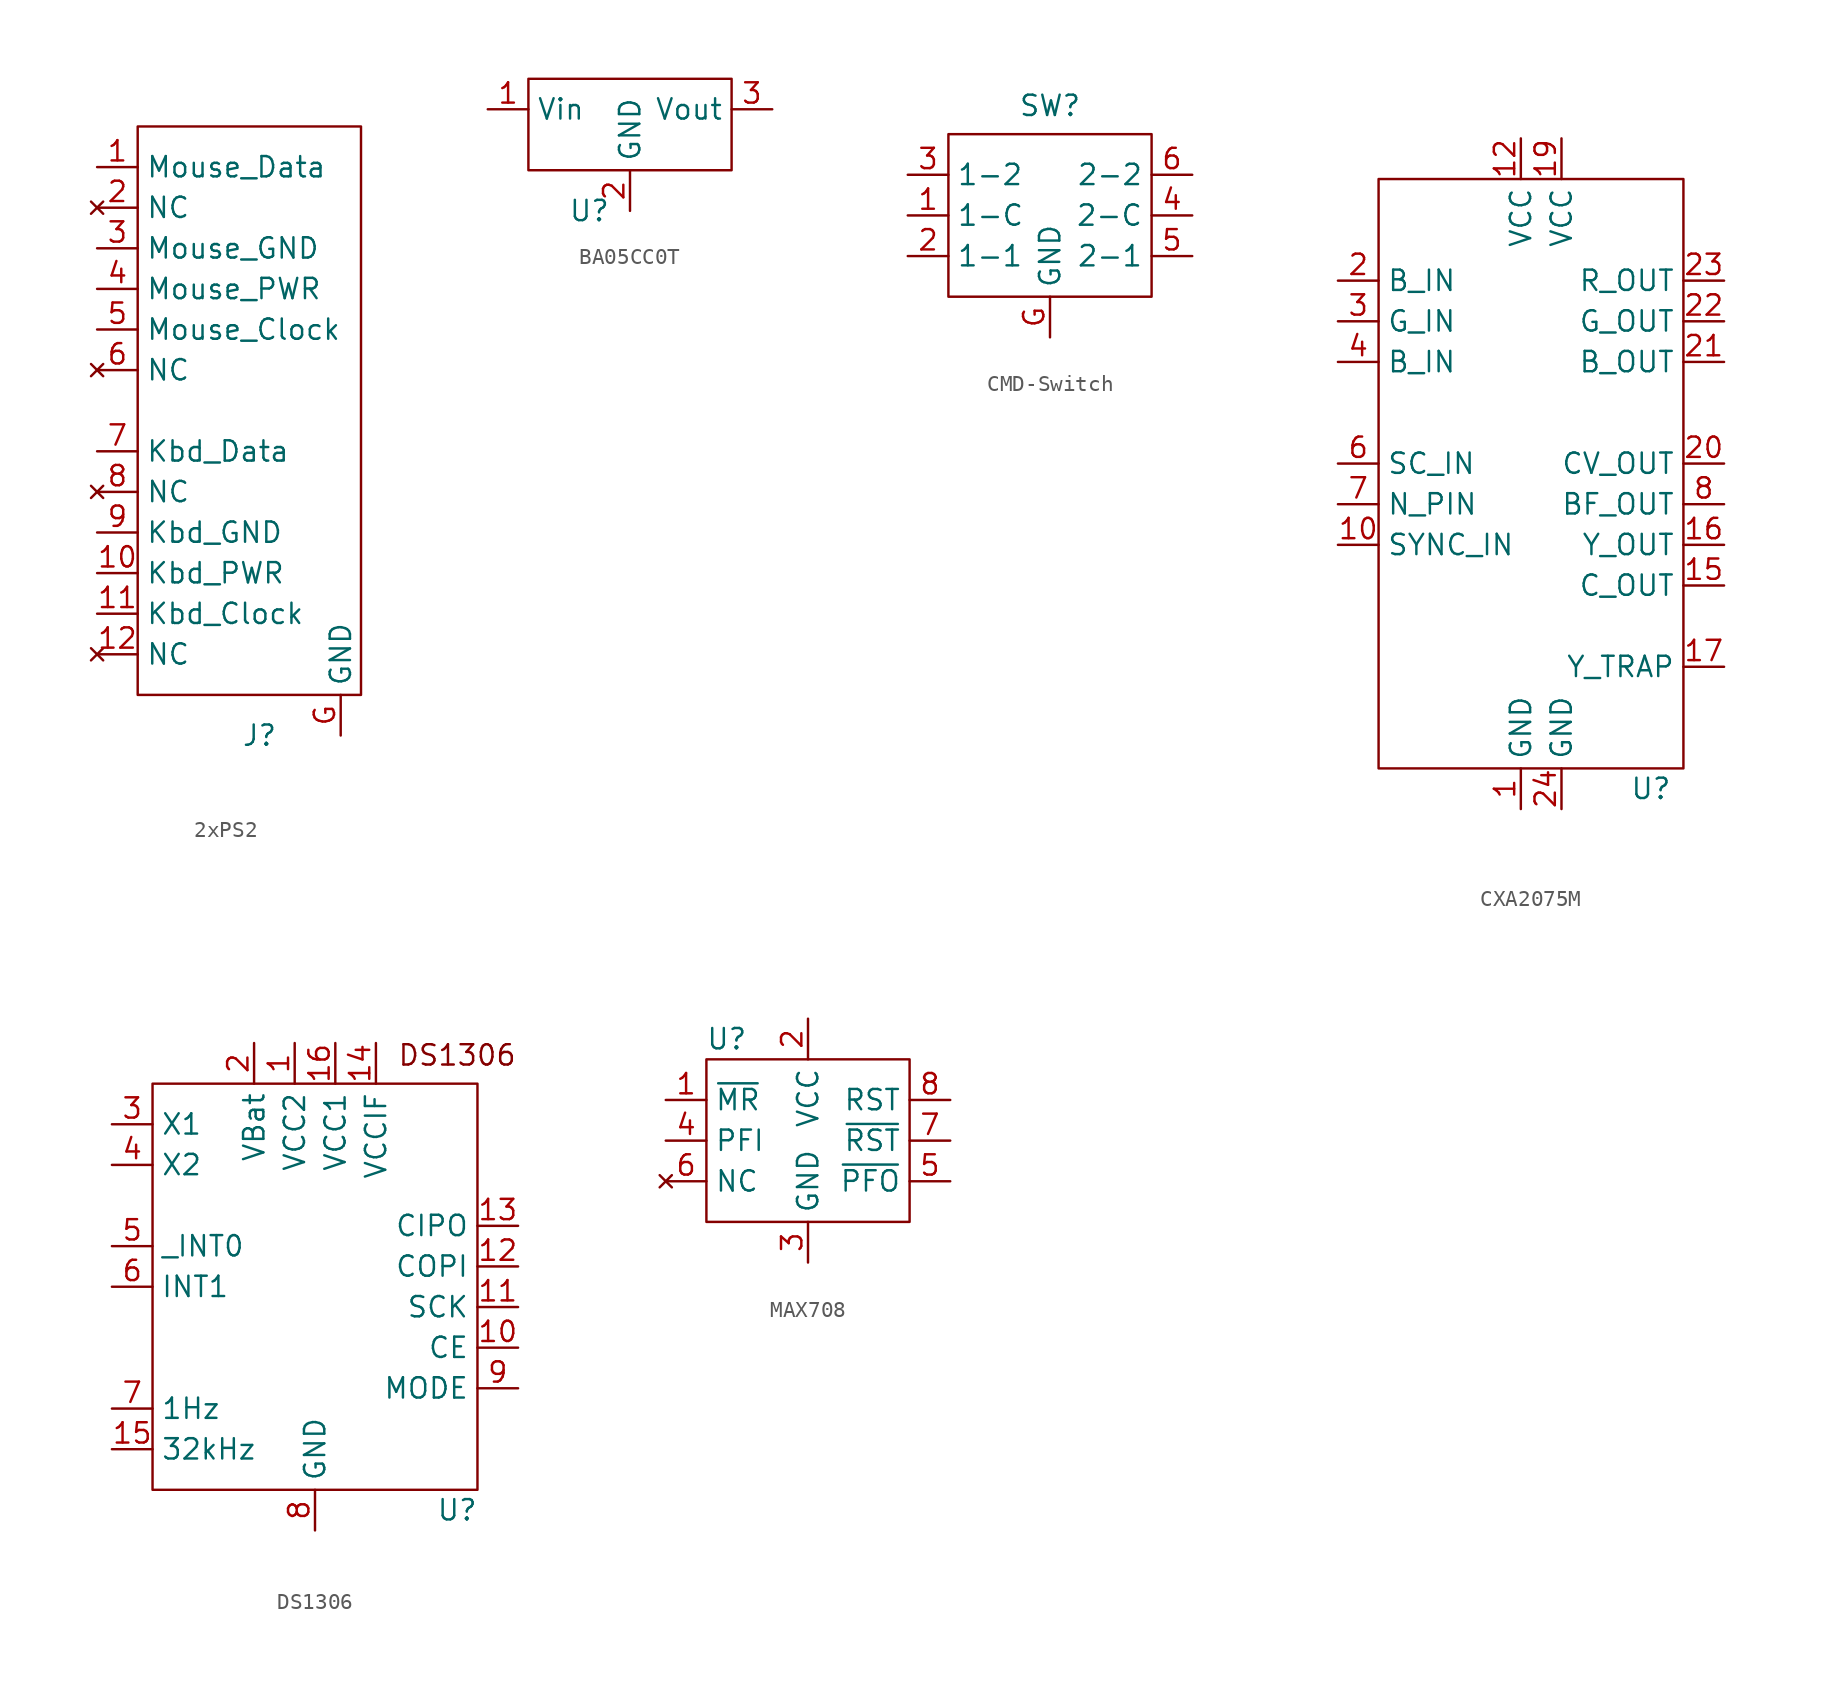
<source format=kicad_sym>
(kicad_symbol_lib
  (version 20231120)
  (generator "kicad_symbol_editor")
  (generator_version "8.0")
  (symbol "2xPS2"
    (property "Reference" "J"
      (at 0 0 0)
      (effects (font (size 1.27 1.27))))
    (property "Value" ""
      (at 0 0 0)
      (effects (font (size 1.27 1.27))))
    (symbol "2xPS2_0_1"
      (rectangle (start -7.62 38.1) (end 6.35 2.54) (stroke (width 0) (type default)) (fill (type none))))
    (symbol "2xPS2_1_1"
      (pin input line (at -10.16 35.56 0) (length 2.54) (name "Mouse_Data" (effects (font (size 1.27 1.27)))) (number "1" (effects (font (size 1.27 1.27)))))
      (pin power_in line (at -10.16 10.16 0) (length 2.54) (name "Kbd_PWR" (effects (font (size 1.27 1.27)))) (number "10" (effects (font (size 1.27 1.27)))))
      (pin power_in line (at -10.16 7.62 0) (length 2.54) (name "Kbd_Clock" (effects (font (size 1.27 1.27)))) (number "11" (effects (font (size 1.27 1.27)))))
      (pin no_connect line (at -10.16 5.08 0) (length 2.54) (name "NC" (effects (font (size 1.27 1.27)))) (number "12" (effects (font (size 1.27 1.27)))))
      (pin no_connect line (at -10.16 33.02 0) (length 2.54) (name "NC" (effects (font (size 1.27 1.27)))) (number "2" (effects (font (size 1.27 1.27)))))
      (pin power_in line (at -10.16 30.48 0) (length 2.54) (name "Mouse_GND" (effects (font (size 1.27 1.27)))) (number "3" (effects (font (size 1.27 1.27)))))
      (pin power_in line (at -10.16 27.94 0) (length 2.54) (name "Mouse_PWR" (effects (font (size 1.27 1.27)))) (number "4" (effects (font (size 1.27 1.27)))))
      (pin power_in line (at -10.16 25.4 0) (length 2.54) (name "Mouse_Clock" (effects (font (size 1.27 1.27)))) (number "5" (effects (font (size 1.27 1.27)))))
      (pin no_connect line (at -10.16 22.86 0) (length 2.54) (name "NC" (effects (font (size 1.27 1.27)))) (number "6" (effects (font (size 1.27 1.27)))))
      (pin input line (at -10.16 17.78 0) (length 2.54) (name "Kbd_Data" (effects (font (size 1.27 1.27)))) (number "7" (effects (font (size 1.27 1.27)))))
      (pin no_connect line (at -10.16 15.24 0) (length 2.54) (name "NC" (effects (font (size 1.27 1.27)))) (number "8" (effects (font (size 1.27 1.27)))))
      (pin power_in line (at -10.16 12.7 0) (length 2.54) (name "Kbd_GND" (effects (font (size 1.27 1.27)))) (number "9" (effects (font (size 1.27 1.27)))))
      (pin power_in line (at 5.08 0 90) (length 2.54) (name "GND" (effects (font (size 1.27 1.27)))) (number "G" (effects (font (size 1.27 1.27)))))))
  (symbol "BA05CC0T"
    (property "Reference" "U"
      (at 0 0 0)
      (effects (font (size 1.27 1.27))))
    (property "Value" ""
      (at 0 0 0)
      (effects (font (size 1.27 1.27))))
    (symbol "BA05CC0T_0_1"
      (rectangle (start -3.81 8.255) (end 8.89 2.54) (stroke (width 0) (type default)) (fill (type none))))
    (symbol "BA05CC0T_1_1"
      (pin power_in line (at -6.35 6.35 0) (length 2.54) (name "Vin" (effects (font (size 1.27 1.27)))) (number "1" (effects (font (size 1.27 1.27)))))
      (pin passive line (at 2.54 0 90) (length 2.54) (name "GND" (effects (font (size 1.27 1.27)))) (number "2" (effects (font (size 1.27 1.27)))))
      (pin power_out line (at 11.43 6.35 180) (length 2.54) (name "Vout" (effects (font (size 1.27 1.27)))) (number "3" (effects (font (size 1.27 1.27)))))))
  (symbol "CMD-Switch"
    (property "Reference" "SW"
      (at 0 11.938 0)
      (effects (font (size 1.27 1.27))))
    (property "Value" ""
      (at 0 0 0)
      (effects (font (size 1.27 1.27))))
    (symbol "CMD-Switch_0_1"
      (polyline (pts (xy -6.35 10.16) (xy -6.35 0) (xy 6.35 0) (xy 6.35 10.16) (xy -6.35 10.16)) (stroke (width 0) (type default)) (fill (type none))))
    (symbol "CMD-Switch_1_1"
      (pin input line (at -8.89 5.08 0) (length 2.54) (name "1-C" (effects (font (size 1.27 1.27)))) (number "1" (effects (font (size 1.27 1.27)))))
      (pin output line (at -8.89 2.54 0) (length 2.54) (name "1-1" (effects (font (size 1.27 1.27)))) (number "2" (effects (font (size 1.27 1.27)))))
      (pin output line (at -8.89 7.62 0) (length 2.54) (name "1-2" (effects (font (size 1.27 1.27)))) (number "3" (effects (font (size 1.27 1.27)))))
      (pin input line (at 8.89 5.08 180) (length 2.54) (name "2-C" (effects (font (size 1.27 1.27)))) (number "4" (effects (font (size 1.27 1.27)))))
      (pin output line (at 8.89 2.54 180) (length 2.54) (name "2-1" (effects (font (size 1.27 1.27)))) (number "5" (effects (font (size 1.27 1.27)))))
      (pin output line (at 8.89 7.62 180) (length 2.54) (name "2-2" (effects (font (size 1.27 1.27)))) (number "6" (effects (font (size 1.27 1.27)))))
      (pin output line (at 0 -2.54 90) (length 2.54) (name "GND" (effects (font (size 1.27 1.27)))) (number "G" (effects (font (size 1.27 1.27)))))))
  (symbol "CXA2075M"
    (property "Reference" "U"
      (at 6.858 -15.24 0)
      (effects (font (size 1.27 1.27))))
    (property "Value" ""
      (at -2.54 0 0)
      (effects (font (size 1.27 1.27))))
    (symbol "CXA2075M_0_1"
      (rectangle (start -10.16 22.86) (end 8.89 -13.97) (stroke (width 0) (type default)) (fill (type none))))
    (symbol "CXA2075M_1_1"
      (pin power_in line (at -1.27 -16.51 90) (length 2.54) (name "GND" (effects (font (size 1.27 1.27)))) (number "1" (effects (font (size 1.27 1.27)))))
      (pin input line (at -12.7 0 0) (length 2.54) (name "SYNC_IN" (effects (font (size 1.27 1.27)))) (number "10" (effects (font (size 1.27 1.27)))))
      (pin power_in line (at -1.27 25.4 270) (length 2.54) (name "VCC" (effects (font (size 1.27 1.27)))) (number "12" (effects (font (size 1.27 1.27)))))
      (pin output line (at 11.43 -2.54 180) (length 2.54) (name "C_OUT" (effects (font (size 1.27 1.27)))) (number "15" (effects (font (size 1.27 1.27)))))
      (pin output line (at 11.43 0 180) (length 2.54) (name "Y_OUT" (effects (font (size 1.27 1.27)))) (number "16" (effects (font (size 1.27 1.27)))))
      (pin output line (at 11.43 -7.62 180) (length 2.54) (name "Y_TRAP" (effects (font (size 1.27 1.27)))) (number "17" (effects (font (size 1.27 1.27)))))
      (pin power_in line (at 1.27 25.4 270) (length 2.54) (name "VCC" (effects (font (size 1.27 1.27)))) (number "19" (effects (font (size 1.27 1.27)))))
      (pin input line (at -12.7 16.51 0) (length 2.54) (name "B_IN" (effects (font (size 1.27 1.27)))) (number "2" (effects (font (size 1.27 1.27)))))
      (pin output line (at 11.43 5.08 180) (length 2.54) (name "CV_OUT" (effects (font (size 1.27 1.27)))) (number "20" (effects (font (size 1.27 1.27)))))
      (pin output line (at 11.43 11.43 180) (length 2.54) (name "B_OUT" (effects (font (size 1.27 1.27)))) (number "21" (effects (font (size 1.27 1.27)))))
      (pin output line (at 11.43 13.97 180) (length 2.54) (name "G_OUT" (effects (font (size 1.27 1.27)))) (number "22" (effects (font (size 1.27 1.27)))))
      (pin output line (at 11.43 16.51 180) (length 2.54) (name "R_OUT" (effects (font (size 1.27 1.27)))) (number "23" (effects (font (size 1.27 1.27)))))
      (pin power_in line (at 1.27 -16.51 90) (length 2.54) (name "GND" (effects (font (size 1.27 1.27)))) (number "24" (effects (font (size 1.27 1.27)))))
      (pin input line (at -12.7 13.97 0) (length 2.54) (name "G_IN" (effects (font (size 1.27 1.27)))) (number "3" (effects (font (size 1.27 1.27)))))
      (pin input line (at -12.7 11.43 0) (length 2.54) (name "B_IN" (effects (font (size 1.27 1.27)))) (number "4" (effects (font (size 1.27 1.27)))))
      (pin input line (at -12.7 5.08 0) (length 2.54) (name "SC_IN" (effects (font (size 1.27 1.27)))) (number "6" (effects (font (size 1.27 1.27)))))
      (pin input line (at -12.7 2.54 0) (length 2.54) (name "N_PIN" (effects (font (size 1.27 1.27)))) (number "7" (effects (font (size 1.27 1.27)))))
      (pin output line (at 11.43 2.54 180) (length 2.54) (name "BF_OUT" (effects (font (size 1.27 1.27)))) (number "8" (effects (font (size 1.27 1.27)))))))
  (symbol "DS1306"
    (property "Reference" "U"
      (at 8.89 -13.97 0)
      (effects (font (size 1.27 1.27))))
    (property "Value" ""
      (at 0 0 0)
      (effects (font (size 1.27 1.27))))
    (symbol "DS1306_0_1"
      (rectangle (start -10.16 12.7) (end 10.16 -12.7) (stroke (width 0) (type default)) (fill (type none))))
    (symbol "DS1306_1_1"
      (text "DS1306" (at 8.89 14.478 0) (effects (font (size 1.27 1.27))))
      (pin power_in line (at -1.27 15.24 270) (length 2.54) (name "VCC2" (effects (font (size 1.27 1.27)))) (number "1" (effects (font (size 1.27 1.27)))))
      (pin input line (at 12.7 -3.81 180) (length 2.54) (name "CE" (effects (font (size 1.27 1.27)))) (number "10" (effects (font (size 1.27 1.27)))))
      (pin input line (at 12.7 -1.27 180) (length 2.54) (name "SCK" (effects (font (size 1.27 1.27)))) (number "11" (effects (font (size 1.27 1.27)))))
      (pin input line (at 12.7 1.27 180) (length 2.54) (name "COPI" (effects (font (size 1.27 1.27)))) (number "12" (effects (font (size 1.27 1.27)))))
      (pin input line (at 12.7 3.81 180) (length 2.54) (name "CIPO" (effects (font (size 1.27 1.27)))) (number "13" (effects (font (size 1.27 1.27)))))
      (pin power_in line (at 3.81 15.24 270) (length 2.54) (name "VCCIF" (effects (font (size 1.27 1.27)))) (number "14" (effects (font (size 1.27 1.27)))))
      (pin output line (at -12.7 -10.16 0) (length 2.54) (name "32kHz" (effects (font (size 1.27 1.27)))) (number "15" (effects (font (size 1.27 1.27)))))
      (pin power_in line (at 1.27 15.24 270) (length 2.54) (name "VCC1" (effects (font (size 1.27 1.27)))) (number "16" (effects (font (size 1.27 1.27)))))
      (pin power_in line (at -3.81 15.24 270) (length 2.54) (name "VBat" (effects (font (size 1.27 1.27)))) (number "2" (effects (font (size 1.27 1.27)))))
      (pin bidirectional line (at -12.7 10.16 0) (length 2.54) (name "X1" (effects (font (size 1.27 1.27)))) (number "3" (effects (font (size 1.27 1.27)))))
      (pin bidirectional line (at -12.7 7.62 0) (length 2.54) (name "X2" (effects (font (size 1.27 1.27)))) (number "4" (effects (font (size 1.27 1.27)))))
      (pin output line (at -12.7 2.54 0) (length 2.54) (name "_INT0" (effects (font (size 1.27 1.27)))) (number "5" (effects (font (size 1.27 1.27)))))
      (pin output line (at -12.7 0 0) (length 2.54) (name "INT1" (effects (font (size 1.27 1.27)))) (number "6" (effects (font (size 1.27 1.27)))))
      (pin output line (at -12.7 -7.62 0) (length 2.54) (name "1Hz" (effects (font (size 1.27 1.27)))) (number "7" (effects (font (size 1.27 1.27)))))
      (pin power_in line (at 0 -15.24 90) (length 2.54) (name "GND" (effects (font (size 1.27 1.27)))) (number "8" (effects (font (size 1.27 1.27)))))
      (pin input line (at 12.7 -6.35 180) (length 2.54) (name "MODE" (effects (font (size 1.27 1.27)))) (number "9" (effects (font (size 1.27 1.27)))))))
  (symbol "MAX708"
    (property "Reference" "U"
      (at 0 0 0)
      (effects (font (size 1.27 1.27))))
    (property "Value" ""
      (at 0 0 0)
      (effects (font (size 1.27 1.27))))
    (symbol "MAX708_0_1"
      (rectangle (start -1.27 -1.27) (end 11.43 -11.43) (stroke (width 0) (type default)) (fill (type none))))
    (symbol "MAX708_1_1"
      (pin input line (at -3.81 -3.81 0) (length 2.54) (name "~{MR}" (effects (font (size 1.27 1.27)))) (number "1" (effects (font (size 1.27 1.27)))))
      (pin power_in line (at 5.08 1.27 270) (length 2.54) (name "VCC" (effects (font (size 1.27 1.27)))) (number "2" (effects (font (size 1.27 1.27)))))
      (pin power_in line (at 5.08 -13.97 90) (length 2.54) (name "GND" (effects (font (size 1.27 1.27)))) (number "3" (effects (font (size 1.27 1.27)))))
      (pin input line (at -3.81 -6.35 0) (length 2.54) (name "PFI" (effects (font (size 1.27 1.27)))) (number "4" (effects (font (size 1.27 1.27)))))
      (pin output line (at 13.97 -8.89 180) (length 2.54) (name "~{PFO}" (effects (font (size 1.27 1.27)))) (number "5" (effects (font (size 1.27 1.27)))))
      (pin no_connect line (at -3.81 -8.89 0) (length 2.54) (name "NC" (effects (font (size 1.27 1.27)))) (number "6" (effects (font (size 1.27 1.27)))))
      (pin output line (at 13.97 -6.35 180) (length 2.54) (name "~{RST}" (effects (font (size 1.27 1.27)))) (number "7" (effects (font (size 1.27 1.27)))))
      (pin output line (at 13.97 -3.81 180) (length 2.54) (name "RST" (effects (font (size 1.27 1.27)))) (number "8" (effects (font (size 1.27 1.27))))))))
</source>
